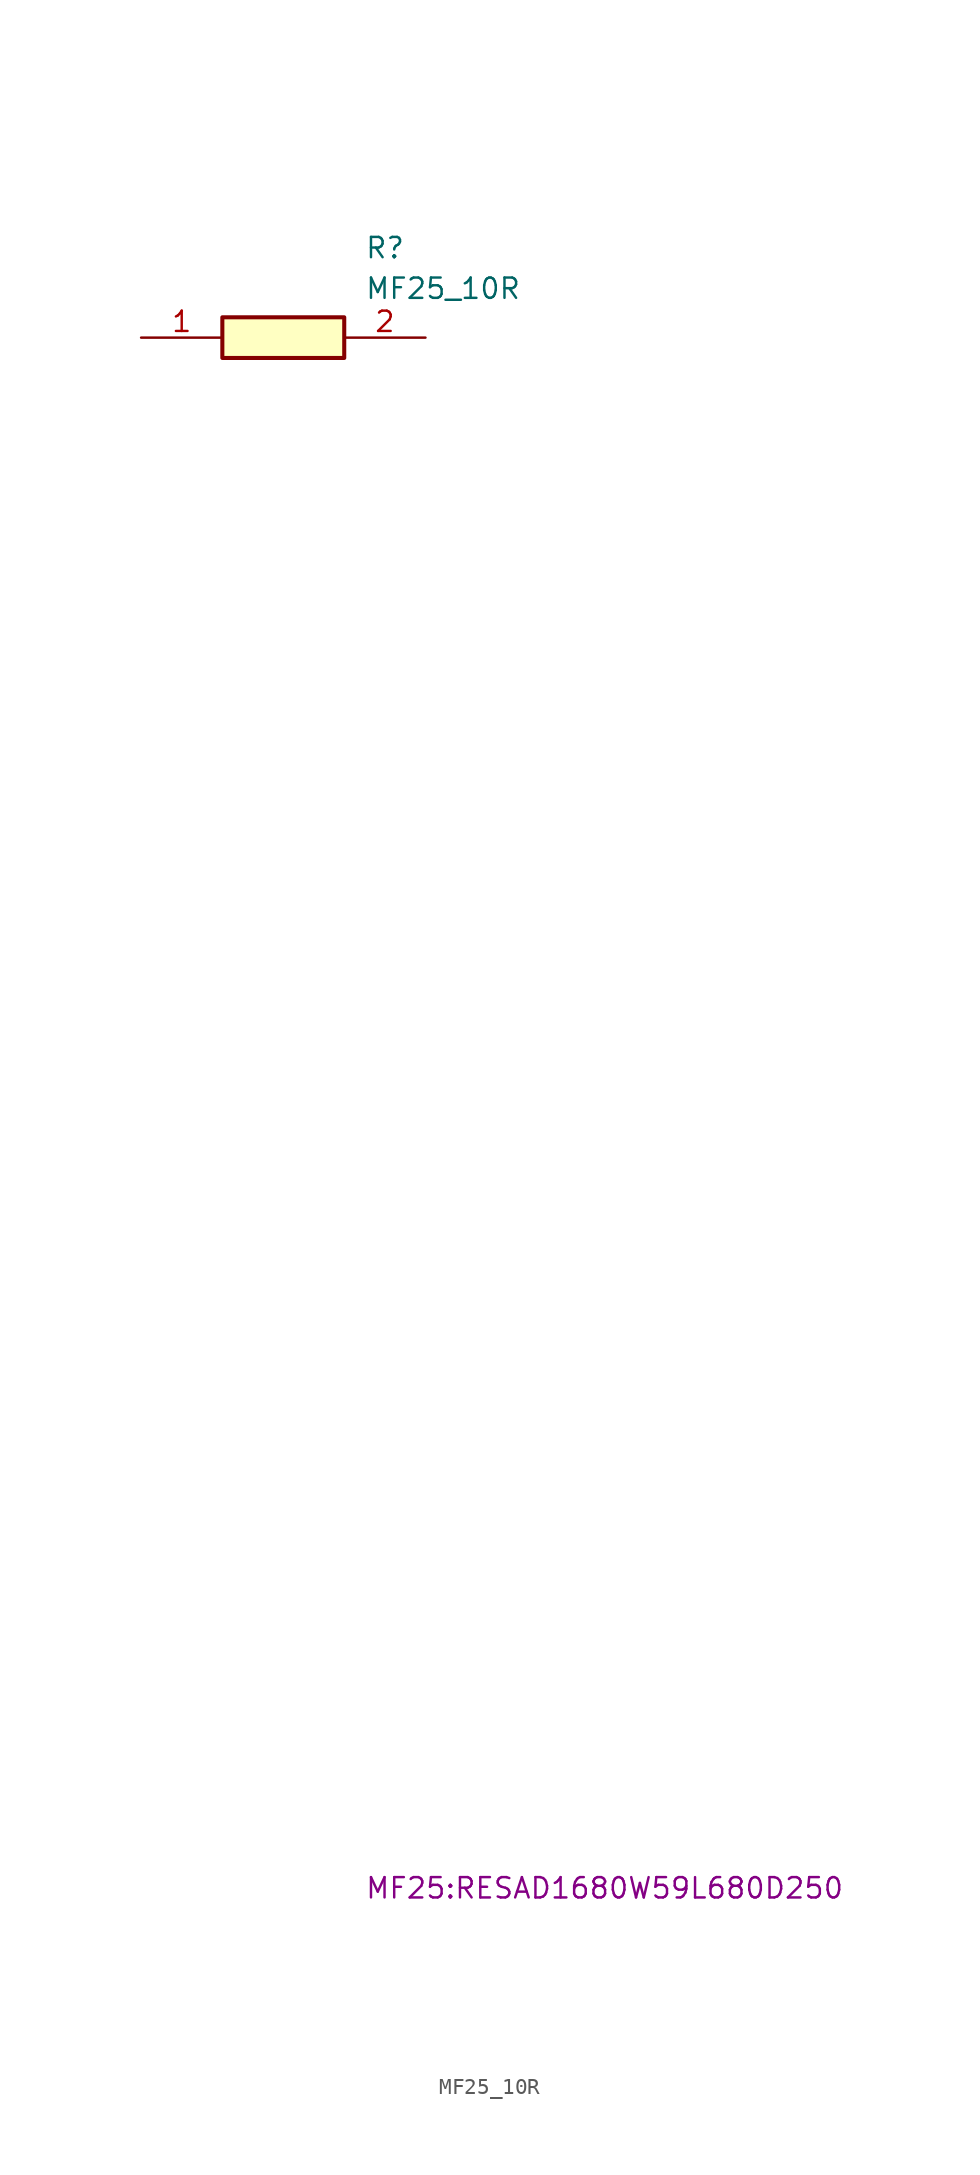
<source format=kicad_sym>
(kicad_symbol_lib
  (version 20231120)
  (generator "kicad_symbol_editor")
  (generator_version "8.0")
  (symbol "MF25_10R"
    (pin_names hide)
    (property "Reference" "R"
      (at 13.97 6.35 0)
      (effects (font (size 1.27 1.27)) (justify left top)))
    (property "Value" "MF25_10R"
      (at 13.97 3.81 0)
      (effects (font (size 1.27 1.27)) (justify left top)))
    (property "Footprint" "MF25:RESAD1680W59L680D250"
      (at 13.97 -96.19 0)
      (effects (font (size 1.27 1.27)) (justify left top)))
    (symbol "MF25_10R_1_1"
      (rectangle (start 5.08 1.27) (end 12.7 -1.27) (stroke (width 0.254) (type default)) (fill (type background)))
      (pin passive line (at 0 0 0) (length 5.08) (name "1" (effects (font (size 1.27 1.27)))) (number "1" (effects (font (size 1.27 1.27)))))
      (pin passive line (at 17.78 0 180) (length 5.08) (name "2" (effects (font (size 1.27 1.27)))) (number "2" (effects (font (size 1.27 1.27))))))))
</source>
